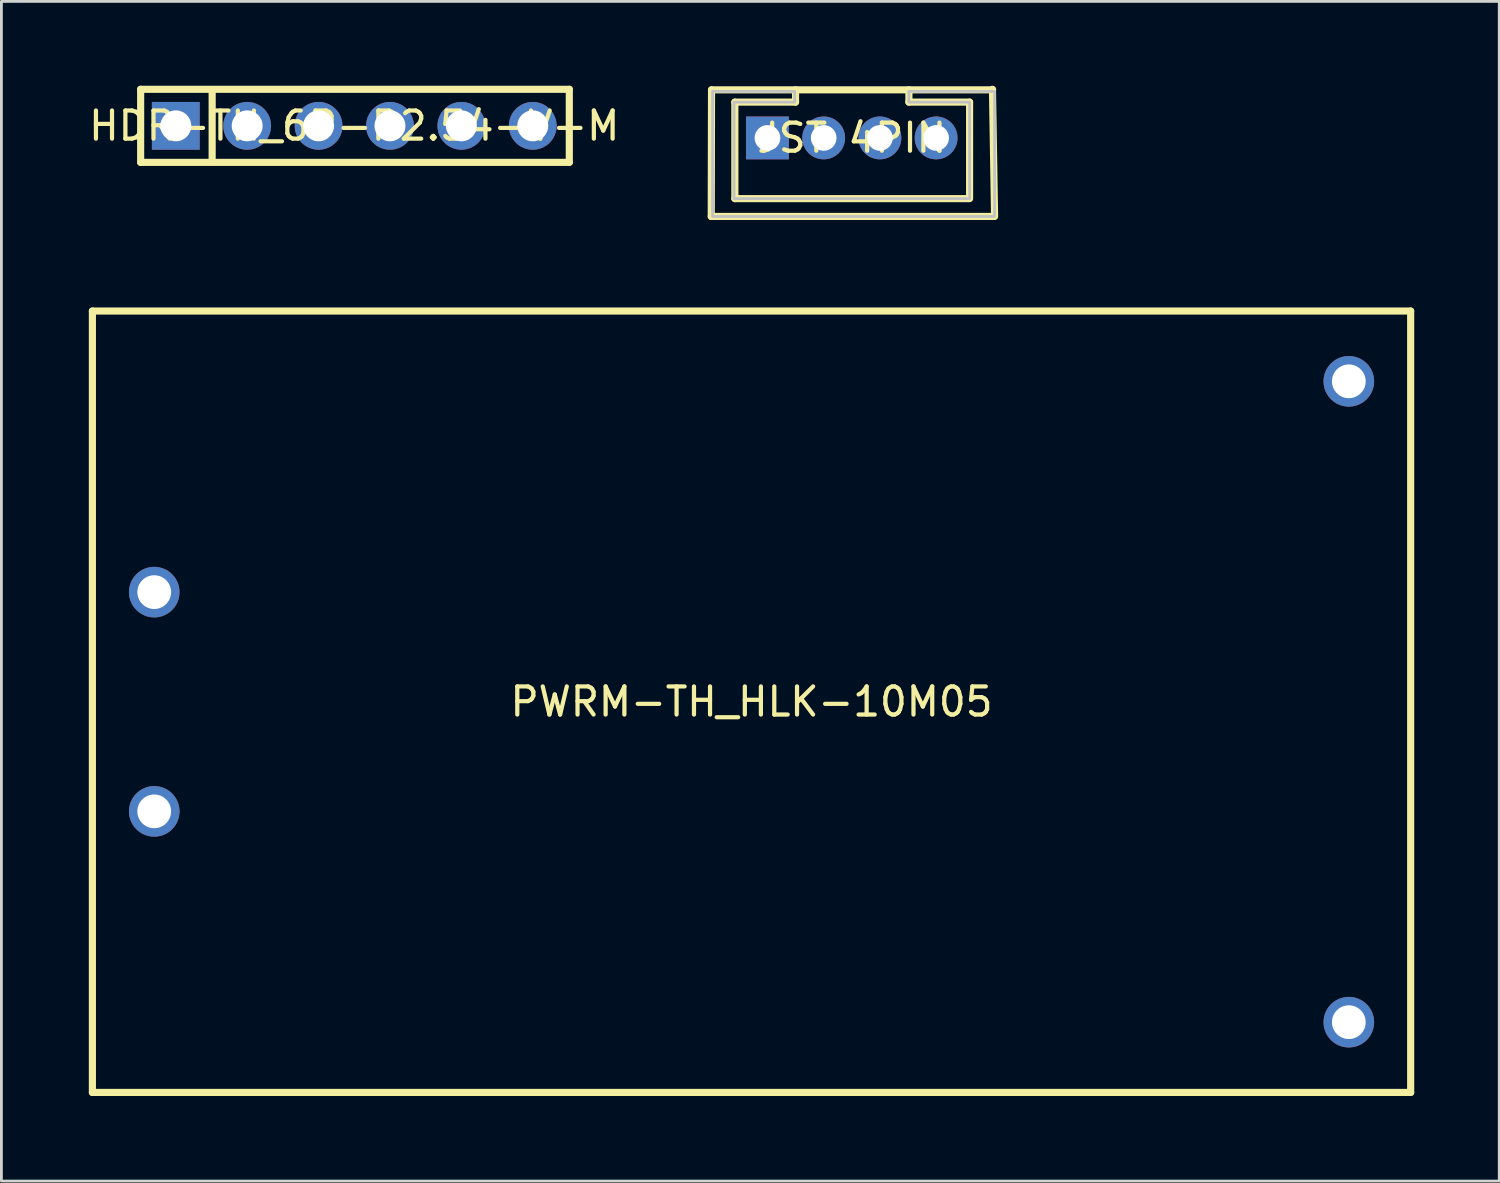
<source format=kicad_pcb>
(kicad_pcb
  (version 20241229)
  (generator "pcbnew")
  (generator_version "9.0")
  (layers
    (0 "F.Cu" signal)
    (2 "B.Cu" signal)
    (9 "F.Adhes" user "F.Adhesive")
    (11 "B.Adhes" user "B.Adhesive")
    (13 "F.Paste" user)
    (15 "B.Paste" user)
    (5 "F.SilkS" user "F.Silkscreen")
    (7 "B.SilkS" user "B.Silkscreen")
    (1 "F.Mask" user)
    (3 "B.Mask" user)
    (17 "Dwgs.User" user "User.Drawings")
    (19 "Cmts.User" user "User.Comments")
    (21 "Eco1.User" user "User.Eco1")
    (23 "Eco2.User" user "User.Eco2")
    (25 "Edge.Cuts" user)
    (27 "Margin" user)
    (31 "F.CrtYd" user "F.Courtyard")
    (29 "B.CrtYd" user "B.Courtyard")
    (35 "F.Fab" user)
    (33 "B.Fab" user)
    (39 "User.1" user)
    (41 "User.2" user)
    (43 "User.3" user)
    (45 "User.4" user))
  (footprint "PWRM-TH_HLK-10M05"
    (layer "F.Cu")
    (at 23.687 21.916)
    (property "Reference" "PWRM-TH_HLK-10M05" (at 0 0 0) (layer "F.SilkS") (effects (font (size 1 1) (thickness 0.15))))
    (fp_line (start -23.45 -13.9) (end 23.45 -13.9) (stroke (width 0.254) (type default)) (layer "F.SilkS"))
    (fp_line (start -23.45 13.9) (end -23.45 -13.9) (stroke (width 0.254) (type default)) (layer "F.SilkS"))
    (fp_line (start -23.45 13.9) (end 23.45 13.9) (stroke (width 0.254) (type default)) (layer "F.SilkS"))
    (fp_line (start 23.45 -13.9) (end 23.45 13.9) (stroke (width 0.254) (type default)) (layer "F.SilkS"))
    (fp_poly (pts (xy -20.75 -3.9) (xy -20.77 -4.041) (xy -20.829 -4.17) (xy -20.923 -4.278) (xy -21.042 -4.355) (xy -21.179 -4.395) (xy -21.321 -4.395) (xy -21.458 -4.355) (xy -21.577 -4.278) (xy -21.671 -4.17) (xy -21.73 -4.041) (xy -21.75 -3.9) (xy -21.73 -3.759) (xy -21.671 -3.63) (xy -21.577 -3.522) (xy -21.458 -3.445) (xy -21.321 -3.405) (xy -21.179 -3.405) (xy -21.042 -3.445) (xy -20.923 -3.522) (xy -20.829 -3.63) (xy -20.77 -3.759)) (stroke (width 0.1) (type default)) (fill no) (layer "User.1"))
    (fp_poly (pts (xy -20.75 3.9) (xy -20.77 3.759) (xy -20.829 3.63) (xy -20.923 3.522) (xy -21.042 3.445) (xy -21.179 3.405) (xy -21.321 3.405) (xy -21.458 3.445) (xy -21.577 3.522) (xy -21.671 3.63) (xy -21.73 3.759) (xy -21.75 3.9) (xy -21.73 4.041) (xy -21.671 4.17) (xy -21.577 4.278) (xy -21.458 4.355) (xy -21.321 4.395) (xy -21.179 4.395) (xy -21.042 4.355) (xy -20.923 4.278) (xy -20.829 4.17) (xy -20.77 4.041)) (stroke (width 0.1) (type default)) (fill no) (layer "User.1"))
    (fp_poly (pts (xy 21.75 -11.4) (xy 21.73 -11.541) (xy 21.671 -11.67) (xy 21.577 -11.778) (xy 21.458 -11.855) (xy 21.321 -11.895) (xy 21.179 -11.895) (xy 21.042 -11.855) (xy 20.923 -11.778) (xy 20.829 -11.67) (xy 20.77 -11.541) (xy 20.75 -11.4) (xy 20.77 -11.259) (xy 20.829 -11.13) (xy 20.923 -11.022) (xy 21.042 -10.945) (xy 21.179 -10.905) (xy 21.321 -10.905) (xy 21.458 -10.945) (xy 21.577 -11.022) (xy 21.671 -11.13) (xy 21.73 -11.259)) (stroke (width 0.1) (type default)) (fill no) (layer "User.1"))
    (fp_poly (pts (xy 21.75 11.4) (xy 21.73 11.259) (xy 21.671 11.13) (xy 21.577 11.022) (xy 21.458 10.945) (xy 21.321 10.905) (xy 21.179 10.905) (xy 21.042 10.945) (xy 20.923 11.022) (xy 20.829 11.13) (xy 20.77 11.259) (xy 20.75 11.4) (xy 20.77 11.541) (xy 20.829 11.67) (xy 20.923 11.778) (xy 21.042 11.855) (xy 21.179 11.895) (xy 21.321 11.895) (xy 21.458 11.855) (xy 21.577 11.778) (xy 21.671 11.67) (xy 21.73 11.541)) (stroke (width 0.1) (type default)) (fill no) (layer "User.1"))
    (fp_line (start -23.577 -14.027) (end 23.577 -14.027) (stroke (width 0.051) (type default)) (layer "User.2"))
    (fp_line (start -23.577 14.027) (end -23.577 -14.027) (stroke (width 0.051) (type default)) (layer "User.2"))
    (fp_line (start 23.577 -14.027) (end 23.577 14.027) (stroke (width 0.051) (type default)) (layer "User.2"))
    (fp_line (start 23.577 14.027) (end -23.577 14.027) (stroke (width 0.051) (type default)) (layer "User.2"))
    (fp_poly (pts (xy -23.517 -14.027) (xy -23.535 -14.069) (xy -23.577 -14.087) (xy -23.619 -14.069) (xy -23.637 -14.027) (xy -23.619 -13.985) (xy -23.577 -13.967) (xy -23.535 -13.985)) (stroke (width 0.1) (type default)) (fill no) (layer "User.3"))
    (pad "1" thru_hole circle (at -21.25 -3.9) (size 1.8 1.8) (drill 1.2) (layers "*.Cu" "*.Mask"))
    (pad "2" thru_hole circle (at -21.25 3.9) (size 1.8 1.8) (drill 1.2) (layers "*.Cu" "*.Mask"))
    (pad "3" thru_hole circle (at 21.25 -11.4) (size 1.8 1.8) (drill 1.2) (layers "*.Cu" "*.Mask"))
    (pad "4" thru_hole circle (at 21.25 11.4) (size 1.8 1.8) (drill 1.2) (layers "*.Cu" "*.Mask")))
  (footprint "JST 4PIN"
    (layer "F.Cu")
    (at 27.254 1.857)
    (property "Reference" "JST 4PIN" (at 0 0 0) (layer "F.SilkS") (effects (font (size 1 1) (thickness 0.15))))
    (fp_line (start -5 2.794) (end -4.99 -1.712) (stroke (width 0.254) (type default)) (layer "F.SilkS"))
    (fp_line (start -5 2.794) (end 5 2.794) (stroke (width 0.254) (type default)) (layer "F.SilkS"))
    (fp_line (start -4.99 -1.712) (end 5.01 -1.712) (stroke (width 0.254) (type default)) (layer "F.SilkS"))
    (fp_line (start -4.16 -1.274) (end -4.16 2.159) (stroke (width 0.254) (type default)) (layer "F.SilkS"))
    (fp_line (start -4.16 2.159) (end 4.16 2.159) (stroke (width 0.254) (type default)) (layer "F.SilkS"))
    (fp_line (start -2.001 -1.274) (end -4.16 -1.274) (stroke (width 0.254) (type default)) (layer "F.SilkS"))
    (fp_line (start -2.001 -1.274) (end -2.001 -1.712) (stroke (width 0.254) (type default)) (layer "F.SilkS"))
    (fp_line (start 2.032 -1.274) (end 2.032 -1.712) (stroke (width 0.254) (type default)) (layer "F.SilkS"))
    (fp_line (start 2.032 -1.274) (end 4.191 -1.274) (stroke (width 0.254) (type default)) (layer "F.SilkS"))
    (fp_line (start 4.191 -1.274) (end 4.191 2.159) (stroke (width 0.254) (type default)) (layer "F.SilkS"))
    (fp_line (start 5.08 2.794) (end 5.005 -1.73) (stroke (width 0.254) (type default)) (layer "F.SilkS"))
    (fp_poly (pts (xy 2.032 -1.655) (xy 5.08 -1.655) (xy 5.08 2.794) (xy -4.953 2.794) (xy -4.953 -1.655) (xy -2.032 -1.655) (xy -2.032 -1.274) (xy -4.191 -1.274) (xy -4.191 2.159) (xy 4.191 2.159) (xy 4.191 -1.274) (xy 2.032 -1.274)) (stroke (width 0.1) (type default)) (fill no) (layer "Dwgs.User"))
    (fp_poly (pts (xy -3.25 -0.25) (xy -2.75 -0.25) (xy -2.75 0.25) (xy -3.25 0.25)) (stroke (width 0.1) (type default)) (fill no) (layer "User.1"))
    (fp_poly (pts (xy -1.25 -0.25) (xy -0.75 -0.25) (xy -0.75 0.25) (xy -1.25 0.25)) (stroke (width 0.1) (type default)) (fill no) (layer "User.1"))
    (fp_poly (pts (xy 0.75 -0.25) (xy 1.25 -0.25) (xy 1.25 0.25) (xy 0.75 0.25)) (stroke (width 0.1) (type default)) (fill no) (layer "User.1"))
    (fp_poly (pts (xy 2.75 -0.25) (xy 3.25 -0.25) (xy 3.25 0.25) (xy 2.75 0.25)) (stroke (width 0.1) (type default)) (fill no) (layer "User.1"))
    (fp_line (start -5.036 -1.73) (end 5.005 -1.73) (stroke (width 0.051) (type default)) (layer "User.2"))
    (fp_line (start -5.027 0.369) (end -5.036 -1.73) (stroke (width 0.051) (type default)) (layer "User.2"))
    (fp_line (start -5.027 2.74) (end -5.027 0.369) (stroke (width 0.051) (type default)) (layer "User.2"))
    (fp_line (start 5.005 -1.73) (end 5.005 2.74) (stroke (width 0.051) (type default)) (layer "User.2"))
    (fp_line (start 5.005 2.74) (end -5.027 2.74) (stroke (width 0.051) (type default)) (layer "User.2"))
    (fp_poly (pts (xy -4.977 2.74) (xy -4.995 2.698) (xy -5.037 2.68) (xy -5.079 2.698) (xy -5.097 2.74) (xy -5.079 2.782) (xy -5.037 2.8) (xy -4.995 2.782)) (stroke (width 0.1) (type default)) (fill no) (layer "User.3"))
    (pad "1" thru_hole rect (at -3 0) (size 1.524 1.524) (drill 0.914) (layers "*.Cu" "*.Mask"))
    (pad "2" thru_hole circle (at -1 0) (size 1.524 1.524) (drill 0.914) (layers "*.Cu" "*.Mask"))
    (pad "3" thru_hole circle (at 1 0) (size 1.524 1.524) (drill 0.914) (layers "*.Cu" "*.Mask"))
    (pad "4" thru_hole circle (at 3 0) (size 1.524 1.524) (drill 0.914) (layers "*.Cu" "*.Mask")))
  (footprint "HDR-TH_6P-P2.54-V-M"
    (layer "F.Cu")
    (at 9.554 1.427)
    (property "Reference" "HDR-TH_6P-P2.54-V-M" (at 0 0 0) (layer "F.SilkS") (effects (font (size 1 1) (thickness 0.15))))
    (fp_line (start -7.6 -1.3) (end 7.65 -1.3) (stroke (width 0.254) (type default)) (layer "F.SilkS"))
    (fp_line (start -7.6 1.3) (end -7.6 -1.3) (stroke (width 0.254) (type default)) (layer "F.SilkS"))
    (fp_line (start -5.056 -1.27) (end -5.056 1.27) (stroke (width 0.254) (type default)) (layer "F.SilkS"))
    (fp_line (start 7.65 -1.3) (end 7.65 1.3) (stroke (width 0.254) (type default)) (layer "F.SilkS"))
    (fp_line (start 7.65 1.3) (end -7.6 1.3) (stroke (width 0.254) (type default)) (layer "F.SilkS"))
    (fp_poly (pts (xy -6.67 -0.32) (xy -6.03 -0.32) (xy -6.03 0.32) (xy -6.67 0.32)) (stroke (width 0.1) (type default)) (fill no) (layer "User.1"))
    (fp_poly (pts (xy -4.13 -0.32) (xy -3.49 -0.32) (xy -3.49 0.32) (xy -4.13 0.32)) (stroke (width 0.1) (type default)) (fill no) (layer "User.1"))
    (fp_poly (pts (xy -1.59 -0.32) (xy -0.95 -0.32) (xy -0.95 0.32) (xy -1.59 0.32)) (stroke (width 0.1) (type default)) (fill no) (layer "User.1"))
    (fp_poly (pts (xy 0.95 -0.32) (xy 1.59 -0.32) (xy 1.59 0.32) (xy 0.95 0.32)) (stroke (width 0.1) (type default)) (fill no) (layer "User.1"))
    (fp_poly (pts (xy 3.49 -0.32) (xy 4.13 -0.32) (xy 4.13 0.32) (xy 3.49 0.32)) (stroke (width 0.1) (type default)) (fill no) (layer "User.1"))
    (fp_poly (pts (xy 6.03 -0.32) (xy 6.67 -0.32) (xy 6.67 0.32) (xy 6.03 0.32)) (stroke (width 0.1) (type default)) (fill no) (layer "User.1"))
    (fp_line (start -7.62 -1.27) (end 7.62 -1.27) (stroke (width 0.051) (type default)) (layer "User.2"))
    (fp_line (start -7.62 1.27) (end -7.62 -1.27) (stroke (width 0.051) (type default)) (layer "User.2"))
    (fp_line (start 7.62 -1.27) (end 7.62 1.27) (stroke (width 0.051) (type default)) (layer "User.2"))
    (fp_line (start 7.62 1.27) (end -7.62 1.27) (stroke (width 0.051) (type default)) (layer "User.2"))
    (fp_poly (pts (xy -7.56 1.27) (xy -7.578 1.228) (xy -7.62 1.21) (xy -7.662 1.228) (xy -7.68 1.27) (xy -7.662 1.312) (xy -7.62 1.33) (xy -7.578 1.312)) (stroke (width 0.1) (type default)) (fill no) (layer "User.3"))
    (pad "1" thru_hole rect (at -6.35 0) (size 1.7 1.7) (drill 1.1) (layers "*.Cu" "*.Mask"))
    (pad "2" thru_hole circle (at -3.81 0) (size 1.7 1.7) (drill 1.1) (layers "*.Cu" "*.Mask"))
    (pad "3" thru_hole circle (at -1.27 0) (size 1.7 1.7) (drill 1.1) (layers "*.Cu" "*.Mask"))
    (pad "4" thru_hole circle (at 1.27 0) (size 1.7 1.7) (drill 1.1) (layers "*.Cu" "*.Mask"))
    (pad "5" thru_hole circle (at 3.81 0) (size 1.7 1.7) (drill 1.1) (layers "*.Cu" "*.Mask"))
    (pad "6" thru_hole circle (at 6.35 0) (size 1.7 1.7) (drill 1.1) (layers "*.Cu" "*.Mask")))
  (gr_rect
    (start -3 -3)
    (end 50.289 38.968)
    (stroke (width 0.1) (type default))
    (fill no)
    (layer "Edge.Cuts")))
</source>
